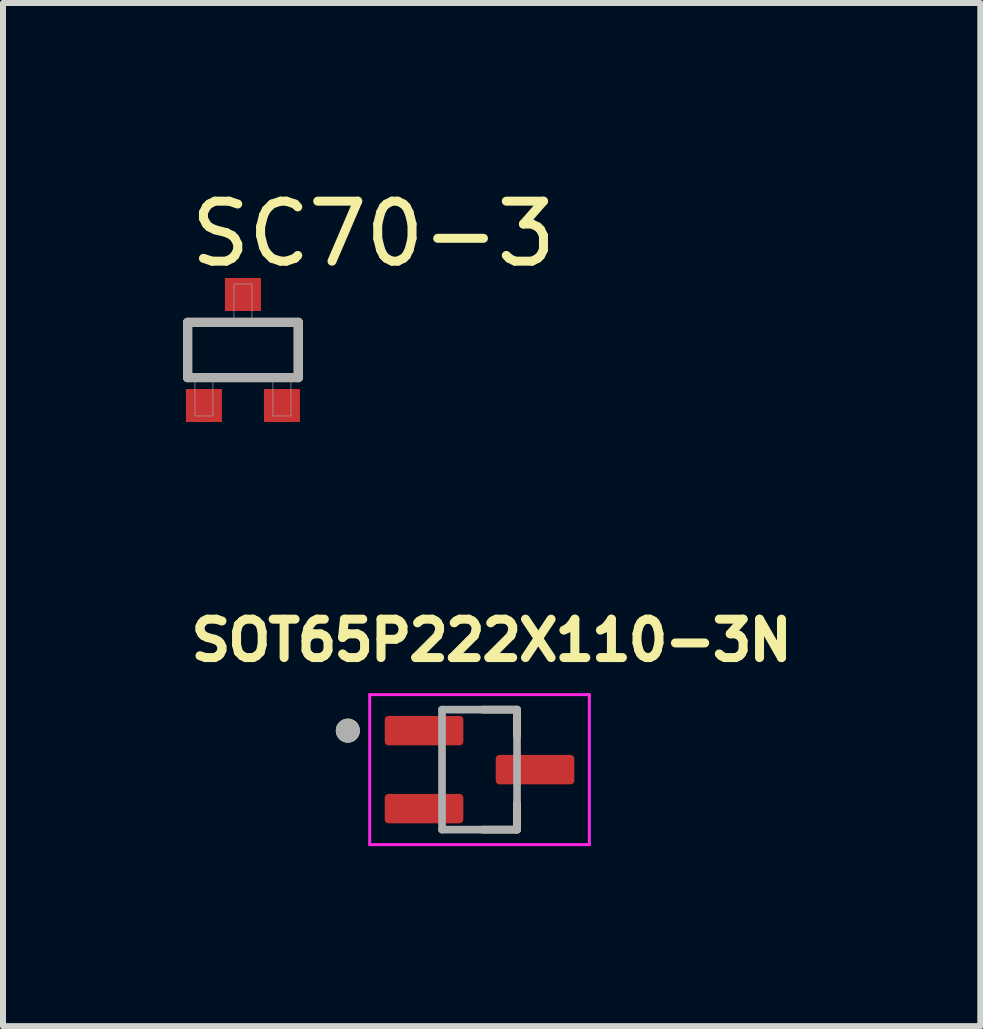
<source format=kicad_pcb>
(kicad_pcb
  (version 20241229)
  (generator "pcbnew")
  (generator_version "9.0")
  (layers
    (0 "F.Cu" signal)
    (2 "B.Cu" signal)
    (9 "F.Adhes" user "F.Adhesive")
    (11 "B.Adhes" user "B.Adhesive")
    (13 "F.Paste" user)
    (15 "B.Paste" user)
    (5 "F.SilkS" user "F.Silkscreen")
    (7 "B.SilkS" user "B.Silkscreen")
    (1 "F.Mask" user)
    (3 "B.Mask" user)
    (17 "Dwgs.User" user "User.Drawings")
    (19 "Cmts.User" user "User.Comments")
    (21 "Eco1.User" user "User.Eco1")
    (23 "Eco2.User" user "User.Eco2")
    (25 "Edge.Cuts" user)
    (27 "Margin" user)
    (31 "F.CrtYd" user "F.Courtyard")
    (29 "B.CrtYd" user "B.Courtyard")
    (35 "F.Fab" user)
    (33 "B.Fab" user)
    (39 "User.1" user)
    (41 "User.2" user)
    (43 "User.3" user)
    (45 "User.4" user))
  (footprint "SOT65P222X110-3N"
    (layer "F.Cu")
    (at 4.942 9.777)
    (property "Reference" "SOT65P222X110-3N" (at 0.202 -2.156 0) (layer "F.SilkS") (effects (font (size 0.64 0.64) (thickness 0.15))))
    (attr smd)
    (fp_line (start 0.05 1) (end 0.625 1) (stroke (width 0.127) (type solid)) (layer "F.SilkS"))
    (fp_line (start 0.625 -1) (end 0.05 -1) (stroke (width 0.127) (type solid)) (layer "F.SilkS"))
    (fp_line (start 0.625 -0.565) (end 0.625 -1) (stroke (width 0.127) (type solid)) (layer "F.SilkS"))
    (fp_line (start 0.625 1) (end 0.625 0.565) (stroke (width 0.127) (type solid)) (layer "F.SilkS"))
    (fp_circle (center -2.195 -0.65) (end -2.095 -0.65) (stroke (width 0.2) (type solid)) (fill no) (layer "F.SilkS"))
    (fp_line (start -1.83 -1.25) (end -1.83 1.25) (stroke (width 0.05) (type solid)) (layer "F.CrtYd"))
    (fp_line (start -1.83 1.25) (end 1.83 1.25) (stroke (width 0.05) (type solid)) (layer "F.CrtYd"))
    (fp_line (start 1.83 -1.25) (end -1.83 -1.25) (stroke (width 0.05) (type solid)) (layer "F.CrtYd"))
    (fp_line (start 1.83 1.25) (end 1.83 -1.25) (stroke (width 0.05) (type solid)) (layer "F.CrtYd"))
    (fp_line (start -0.625 -1) (end -0.625 1) (stroke (width 0.127) (type solid)) (layer "F.Fab"))
    (fp_line (start -0.625 1) (end 0.625 1) (stroke (width 0.127) (type solid)) (layer "F.Fab"))
    (fp_line (start 0.625 -1) (end -0.625 -1) (stroke (width 0.127) (type solid)) (layer "F.Fab"))
    (fp_line (start 0.625 1) (end 0.625 -1) (stroke (width 0.127) (type solid)) (layer "F.Fab"))
    (fp_circle (center -2.195 -0.65) (end -2.095 -0.65) (stroke (width 0.2) (type solid)) (fill no) (layer "F.Fab"))
    (pad "1" smd roundrect (at -0.925 -0.65) (size 1.31 0.49) (layers "F.Cu" "F.Mask" "F.Paste") (roundrect_rratio 0.125))
    (pad "2" smd roundrect (at -0.925 0.65) (size 1.31 0.49) (layers "F.Cu" "F.Mask" "F.Paste") (roundrect_rratio 0.125))
    (pad "3" smd roundrect (at 0.925 0) (size 1.31 0.49) (layers "F.Cu" "F.Mask" "F.Paste") (roundrect_rratio 0.125)))
  (footprint "SC70-3"
    (layer "F.Cu")
    (at 0.999 2.783)
    (property "Reference" "SC70-3" (at 2.175 -1.935 0) (layer "F.SilkS") (effects (font (size 1 1) (thickness 0.15))))
    (attr smd)
    (fp_line (start -0.922 -0.46) (end 0.922 -0.46) (stroke (width 0.152) (type solid)) (layer "F.SilkS"))
    (fp_line (start -0.922 0.46) (end -0.922 -0.46) (stroke (width 0.152) (type solid)) (layer "F.SilkS"))
    (fp_line (start 0.922 -0.46) (end 0.922 0.46) (stroke (width 0.152) (type solid)) (layer "F.SilkS"))
    (fp_line (start 0.922 0.46) (end -0.922 0.46) (stroke (width 0.152) (type solid)) (layer "F.SilkS"))
    (fp_line (start -0.922 -0.46) (end 0.922 -0.46) (stroke (width 0.152) (type solid)) (layer "F.Fab"))
    (fp_line (start -0.922 0.46) (end -0.922 -0.46) (stroke (width 0.152) (type solid)) (layer "F.Fab"))
    (fp_line (start 0.922 -0.46) (end 0.922 0.46) (stroke (width 0.152) (type solid)) (layer "F.Fab"))
    (fp_line (start 0.922 0.46) (end -0.922 0.46) (stroke (width 0.152) (type solid)) (layer "F.Fab"))
    (fp_poly (pts (xy -0.8 0.5) (xy -0.5 0.5) (xy -0.5 1.1) (xy -0.8 1.1)) (stroke (width 0.01) (type solid)) (fill no) (layer "F.Fab"))
    (fp_poly (pts (xy -0.15 -1.1) (xy 0.15 -1.1) (xy 0.15 -0.5) (xy -0.15 -0.5)) (stroke (width 0.01) (type solid)) (fill no) (layer "F.Fab"))
    (fp_poly (pts (xy 0.5 0.5) (xy 0.8 0.5) (xy 0.8 1.1) (xy 0.5 1.1)) (stroke (width 0.01) (type solid)) (fill no) (layer "F.Fab"))
    (pad "1" smd rect (at -0.65 0.925) (size 0.6 0.55) (layers "F.Cu" "F.Mask" "F.Paste"))
    (pad "2" smd rect (at 0.65 0.925) (size 0.6 0.55) (layers "F.Cu" "F.Mask" "F.Paste"))
    (pad "3" smd rect (at 0 -0.925) (size 0.6 0.55) (layers "F.Cu" "F.Mask" "F.Paste")))
  (gr_rect
    (start -3 -3)
    (end 13.288 14.052)
    (stroke (width 0.1) (type default))
    (fill no)
    (layer "Edge.Cuts")))
</source>
